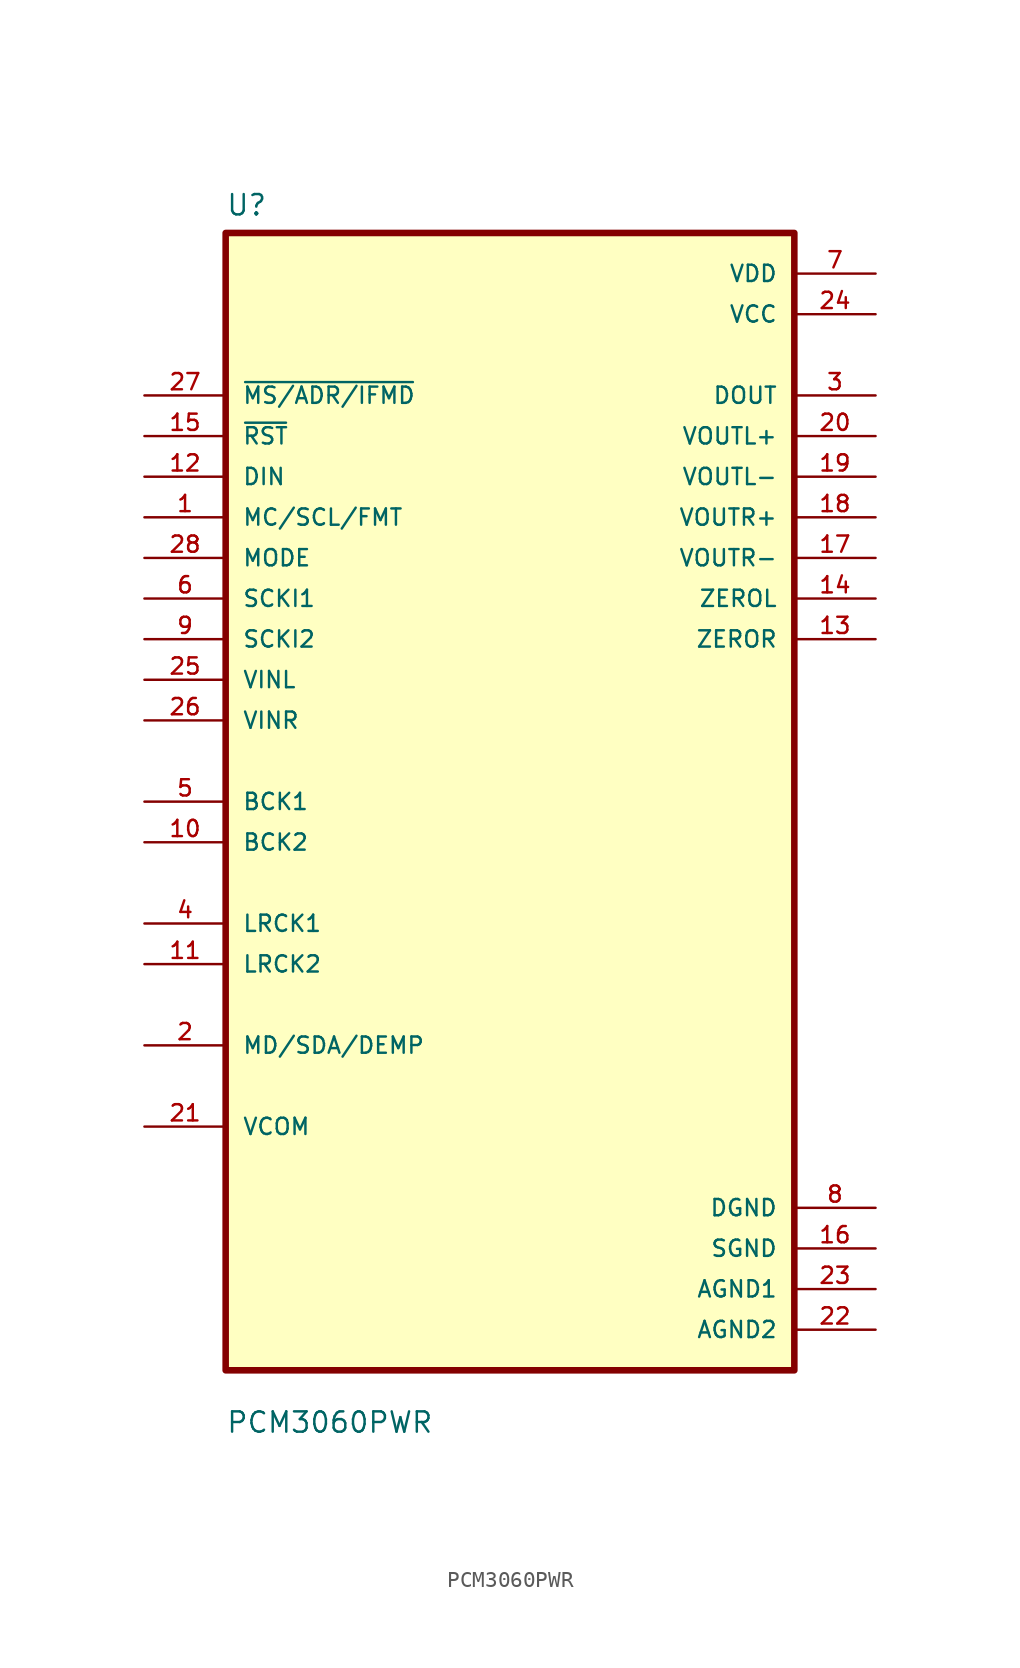
<source format=kicad_sym>
(kicad_symbol_lib
  (version 20211014)
  (generator kicad_symbol_editor)
  (symbol "PCM3060PWR"
    (pin_names
      (offset 1.016))
    (property "Reference" "U"
      (at -17.78 36.56 0.0)
      (effects (font (size 1.27 1.27)) (justify bottom left)))
    (property "Value" "PCM3060PWR"
      (at -17.78 -39.56 0.0)
      (effects (font (size 1.27 1.27)) (justify bottom left)))
    (symbol "PCM3060PWR_0_0"
      (rectangle (start -17.78 -35.56) (end 17.78 35.56) (stroke (width 0.41)) (fill (type background)))
      (pin input line (at -22.86 25.4 0) (length 5.08) (name "~{MS/ADR/IFMD}" (effects (font (size 1.016 1.016)))) (number "27" (effects (font (size 1.016 1.016)))))
      (pin input line (at -22.86 22.86 0) (length 5.08) (name "~{RST}" (effects (font (size 1.016 1.016)))) (number "15" (effects (font (size 1.016 1.016)))))
      (pin input line (at -22.86 20.32 0) (length 5.08) (name "DIN" (effects (font (size 1.016 1.016)))) (number "12" (effects (font (size 1.016 1.016)))))
      (pin input line (at -22.86 17.78 0) (length 5.08) (name "MC/SCL/FMT" (effects (font (size 1.016 1.016)))) (number "1" (effects (font (size 1.016 1.016)))))
      (pin input line (at -22.86 15.24 0) (length 5.08) (name "MODE" (effects (font (size 1.016 1.016)))) (number "28" (effects (font (size 1.016 1.016)))))
      (pin input line (at -22.86 12.7 0) (length 5.08) (name "SCKI1" (effects (font (size 1.016 1.016)))) (number "6" (effects (font (size 1.016 1.016)))))
      (pin input line (at -22.86 10.16 0) (length 5.08) (name "SCKI2" (effects (font (size 1.016 1.016)))) (number "9" (effects (font (size 1.016 1.016)))))
      (pin input line (at -22.86 7.62 0) (length 5.08) (name "VINL" (effects (font (size 1.016 1.016)))) (number "25" (effects (font (size 1.016 1.016)))))
      (pin input line (at -22.86 5.08 0) (length 5.08) (name "VINR" (effects (font (size 1.016 1.016)))) (number "26" (effects (font (size 1.016 1.016)))))
      (pin bidirectional line (at -22.86 1.06581e-14 0) (length 5.08) (name "BCK1" (effects (font (size 1.016 1.016)))) (number "5" (effects (font (size 1.016 1.016)))))
      (pin bidirectional line (at -22.86 -2.54 0) (length 5.08) (name "BCK2" (effects (font (size 1.016 1.016)))) (number "10" (effects (font (size 1.016 1.016)))))
      (pin bidirectional line (at -22.86 -7.62 0) (length 5.08) (name "LRCK1" (effects (font (size 1.016 1.016)))) (number "4" (effects (font (size 1.016 1.016)))))
      (pin bidirectional line (at -22.86 -10.16 0) (length 5.08) (name "LRCK2" (effects (font (size 1.016 1.016)))) (number "11" (effects (font (size 1.016 1.016)))))
      (pin bidirectional line (at -22.86 -15.24 0) (length 5.08) (name "MD/SDA/DEMP" (effects (font (size 1.016 1.016)))) (number "2" (effects (font (size 1.016 1.016)))))
      (pin bidirectional line (at -22.86 -20.32 0) (length 5.08) (name "VCOM" (effects (font (size 1.016 1.016)))) (number "21" (effects (font (size 1.016 1.016)))))
      (pin power_in line (at 22.86 33.02 180.0) (length 5.08) (name "VDD" (effects (font (size 1.016 1.016)))) (number "7" (effects (font (size 1.016 1.016)))))
      (pin power_in line (at 22.86 30.48 180.0) (length 5.08) (name "VCC" (effects (font (size 1.016 1.016)))) (number "24" (effects (font (size 1.016 1.016)))))
      (pin output line (at 22.86 25.4 180.0) (length 5.08) (name "DOUT" (effects (font (size 1.016 1.016)))) (number "3" (effects (font (size 1.016 1.016)))))
      (pin output line (at 22.86 22.86 180.0) (length 5.08) (name "VOUTL+" (effects (font (size 1.016 1.016)))) (number "20" (effects (font (size 1.016 1.016)))))
      (pin output line (at 22.86 20.32 180.0) (length 5.08) (name "VOUTL-" (effects (font (size 1.016 1.016)))) (number "19" (effects (font (size 1.016 1.016)))))
      (pin output line (at 22.86 17.78 180.0) (length 5.08) (name "VOUTR+" (effects (font (size 1.016 1.016)))) (number "18" (effects (font (size 1.016 1.016)))))
      (pin output line (at 22.86 15.24 180.0) (length 5.08) (name "VOUTR-" (effects (font (size 1.016 1.016)))) (number "17" (effects (font (size 1.016 1.016)))))
      (pin output line (at 22.86 12.7 180.0) (length 5.08) (name "ZEROL" (effects (font (size 1.016 1.016)))) (number "14" (effects (font (size 1.016 1.016)))))
      (pin output line (at 22.86 10.16 180.0) (length 5.08) (name "ZEROR" (effects (font (size 1.016 1.016)))) (number "13" (effects (font (size 1.016 1.016)))))
      (pin power_in line (at 22.86 -25.4 180.0) (length 5.08) (name "DGND" (effects (font (size 1.016 1.016)))) (number "8" (effects (font (size 1.016 1.016)))))
      (pin power_in line (at 22.86 -27.94 180.0) (length 5.08) (name "SGND" (effects (font (size 1.016 1.016)))) (number "16" (effects (font (size 1.016 1.016)))))
      (pin power_in line (at 22.86 -30.48 180.0) (length 5.08) (name "AGND1" (effects (font (size 1.016 1.016)))) (number "23" (effects (font (size 1.016 1.016)))))
      (pin power_in line (at 22.86 -33.02 180.0) (length 5.08) (name "AGND2" (effects (font (size 1.016 1.016)))) (number "22" (effects (font (size 1.016 1.016))))))))
</source>
